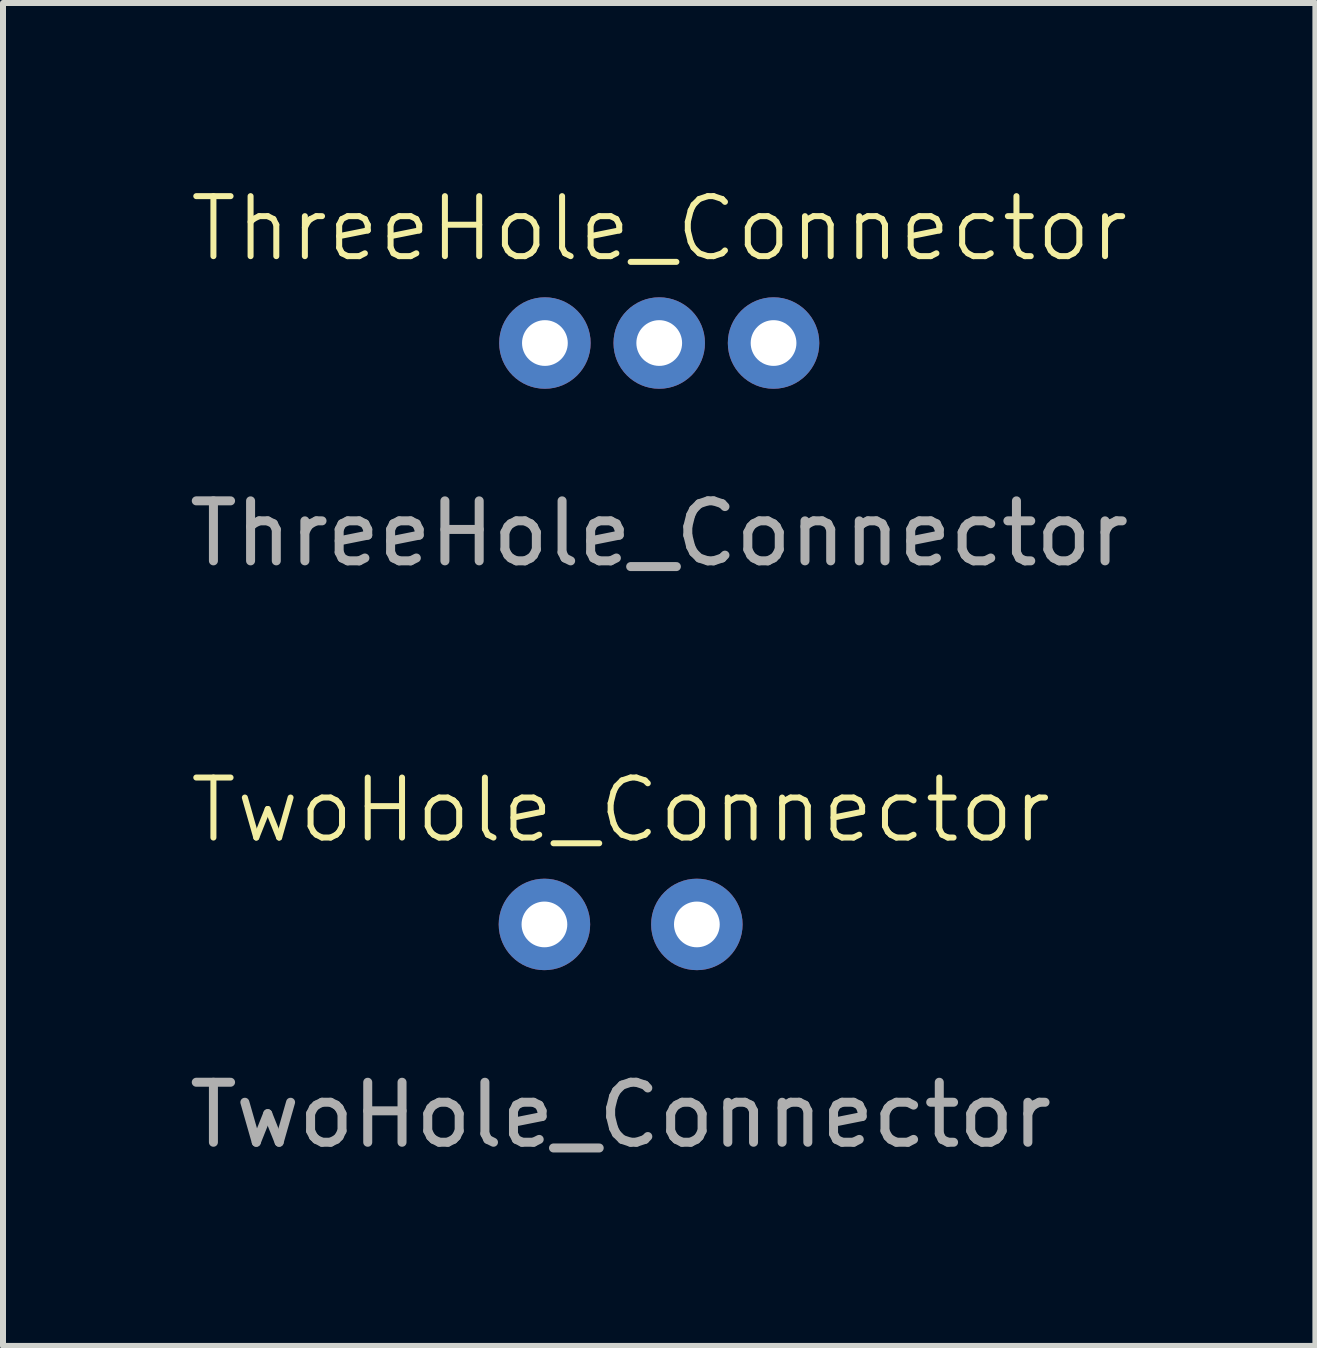
<source format=kicad_pcb>
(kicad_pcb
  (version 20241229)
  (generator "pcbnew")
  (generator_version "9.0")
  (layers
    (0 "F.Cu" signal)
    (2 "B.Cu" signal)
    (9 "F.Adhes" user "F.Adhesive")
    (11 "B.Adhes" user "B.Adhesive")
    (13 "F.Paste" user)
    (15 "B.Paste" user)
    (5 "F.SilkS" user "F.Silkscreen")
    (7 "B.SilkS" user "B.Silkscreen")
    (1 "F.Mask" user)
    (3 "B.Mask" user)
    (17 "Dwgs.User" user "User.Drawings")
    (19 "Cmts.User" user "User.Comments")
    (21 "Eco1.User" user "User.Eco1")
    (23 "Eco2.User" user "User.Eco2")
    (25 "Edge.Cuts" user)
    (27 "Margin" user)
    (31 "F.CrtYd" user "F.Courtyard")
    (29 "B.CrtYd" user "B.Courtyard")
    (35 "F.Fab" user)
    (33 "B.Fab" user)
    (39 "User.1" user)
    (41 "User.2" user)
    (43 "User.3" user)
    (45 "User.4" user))
  (footprint "TwoHole_Connector"
    (layer "F.Cu")
    (at 7.292 12.354)
    (property "Reference" "TwoHole_Connector" (at 0 -1.905 0) (unlocked yes) (layer "F.SilkS") (effects (font (size 1 1) (thickness 0.1))))
    (attr through_hole)
    (fp_text user "${REFERENCE}" (at 0 3.175 0) (unlocked yes) (layer "F.Fab") (effects (font (size 1 1) (thickness 0.15))))
    (pad "1" thru_hole circle (at -1.27 0) (size 1.524 1.524) (drill 0.762) (layers "*.Cu" "*.Mask"))
    (pad "2" thru_hole circle (at 1.27 0) (size 1.524 1.524) (drill 0.762) (layers "*.Cu" "*.Mask")))
  (footprint "ThreeHole_Connector"
    (layer "F.Cu")
    (at 7.935 2.666)
    (property "Reference" "ThreeHole_Connector" (at 0 -1.905 0) (unlocked yes) (layer "F.SilkS") (effects (font (size 1 1) (thickness 0.1))))
    (attr through_hole)
    (fp_text user "${REFERENCE}" (at 0 3.175 0) (unlocked yes) (layer "F.Fab") (effects (font (size 1 1) (thickness 0.15))))
    (pad "1" thru_hole circle (at -1.905 0) (size 1.524 1.524) (drill 0.762) (layers "*.Cu" "*.Mask"))
    (pad "2" thru_hole circle (at 0 0) (size 1.524 1.524) (drill 0.762) (layers "*.Cu" "*.Mask"))
    (pad "3" thru_hole circle (at 1.905 0) (size 1.524 1.524) (drill 0.762) (layers "*.Cu" "*.Mask")))
  (gr_rect
    (start -3 -3)
    (end 18.869 19.378)
    (stroke (width 0.1) (type default))
    (fill no)
    (layer "Edge.Cuts")))
</source>
